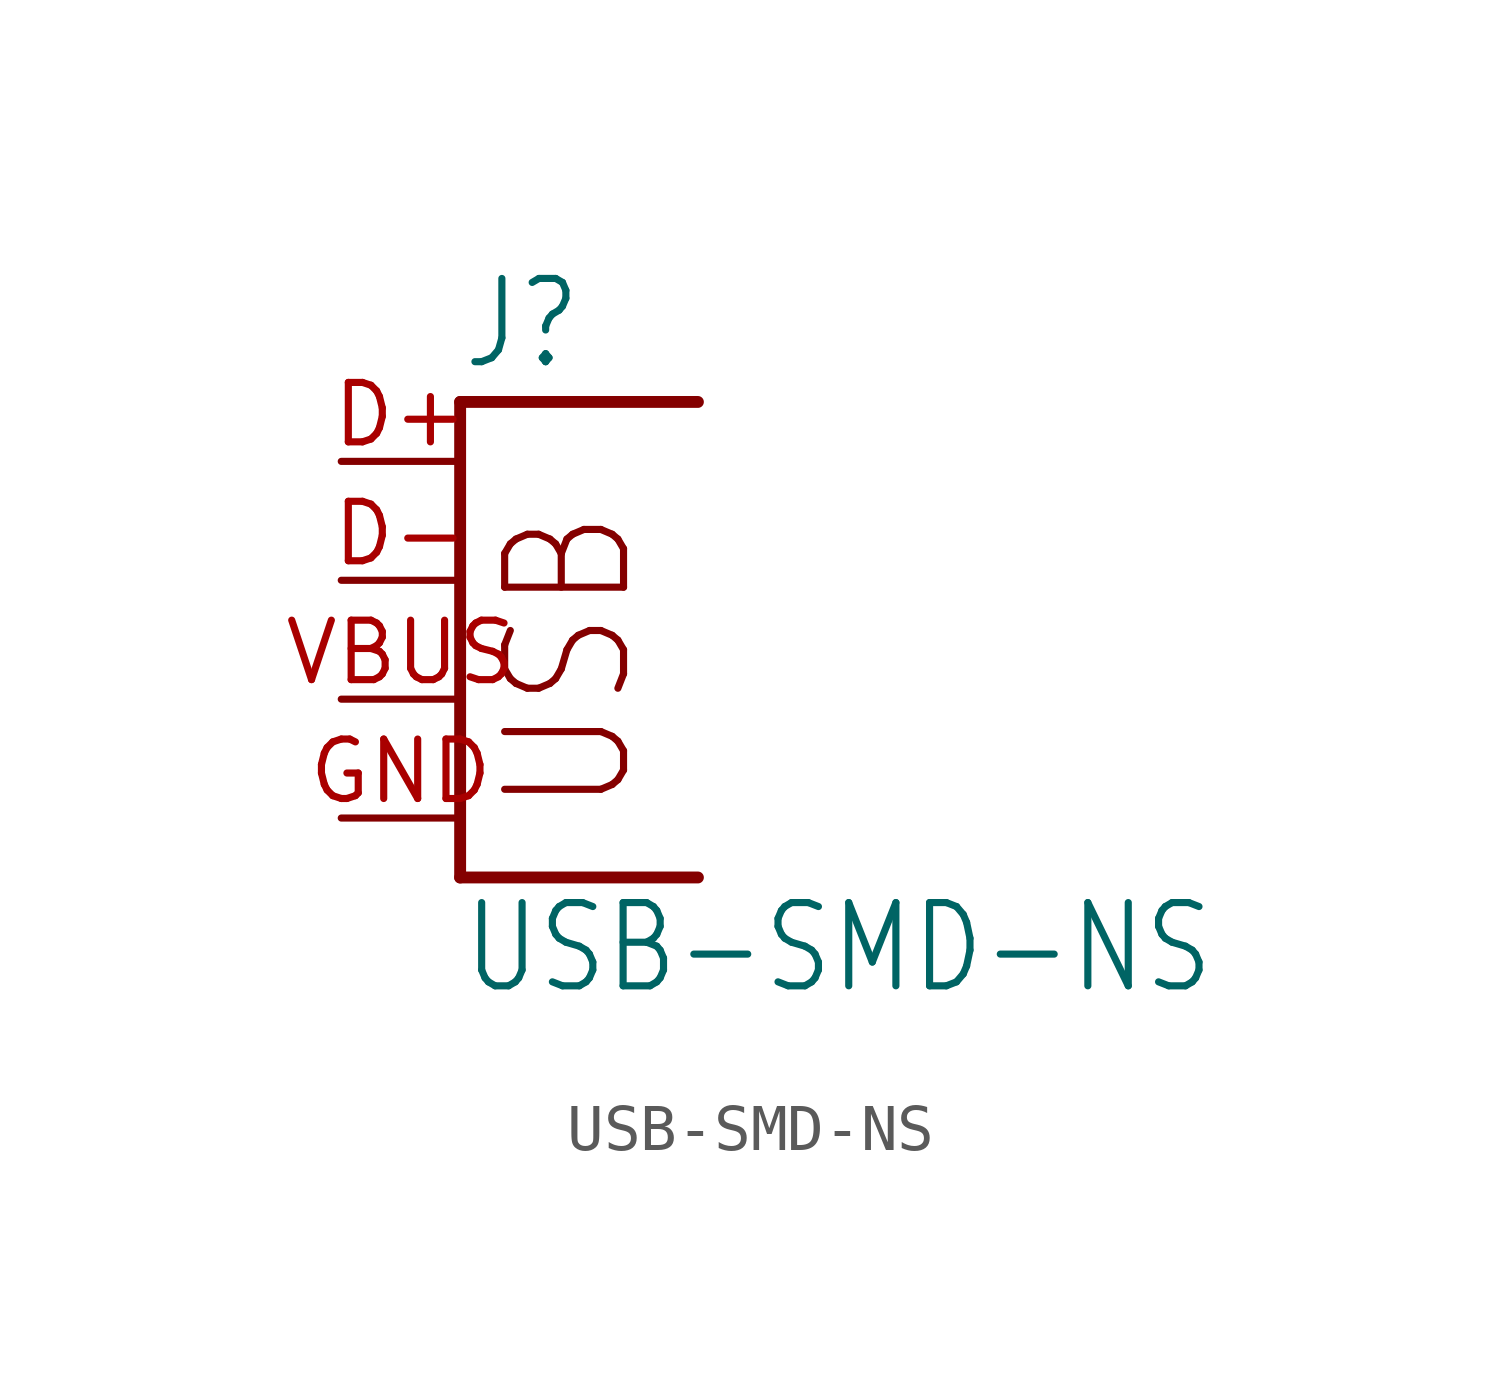
<source format=kicad_sym>
(kicad_symbol_lib
  (version 20211014)
  (generator kicad_symbol_editor)
  (symbol "USB-SMD-NS"
    (property "Reference" "J"
      (at 0 9.525 0)
      (effects (font (size 1.778 1.511)) (justify left bottom)))
    (property "Value" "USB-SMD-NS"
      (at 0 -3.81 0)
      (effects (font (size 1.778 1.511)) (justify left bottom)))
    (property "ki_locked" ""
      (at 0 0 0)
      (effects (font (size 1.27 1.27))))
    (symbol "USB-SMD-NS_1_0"
      (polyline (pts (xy 0 -1.27) (xy 5.08 -1.27)) (stroke (width 0.254) (type default) (color 0 0 0 0)) (fill (type none)))
      (polyline (pts (xy 0 8.89) (xy 0 -1.27)) (stroke (width 0.254) (type default) (color 0 0 0 0)) (fill (type none)))
      (polyline (pts (xy 5.08 8.89) (xy 0 8.89)) (stroke (width 0.254) (type default) (color 0 0 0 0)) (fill (type none)))
      (text "USB" (at 3.81 0 900) (effects (font (size 2.54 2.159)) (justify left bottom)))
      (pin bidirectional line (at -2.54 7.62 0) (length 2.54) (name "D+" (effects (font (size 0 0)))) (number "D+" (effects (font (size 1.27 1.27)))))
      (pin bidirectional line (at -2.54 5.08 0) (length 2.54) (name "D-" (effects (font (size 0 0)))) (number "D-" (effects (font (size 1.27 1.27)))))
      (pin bidirectional line (at -2.54 0 0) (length 2.54) (name "GND" (effects (font (size 0 0)))) (number "GND" (effects (font (size 1.27 1.27)))))
      (pin bidirectional line (at -2.54 2.54 0) (length 2.54) (name "VBUS" (effects (font (size 0 0)))) (number "VBUS" (effects (font (size 1.27 1.27))))))))
</source>
